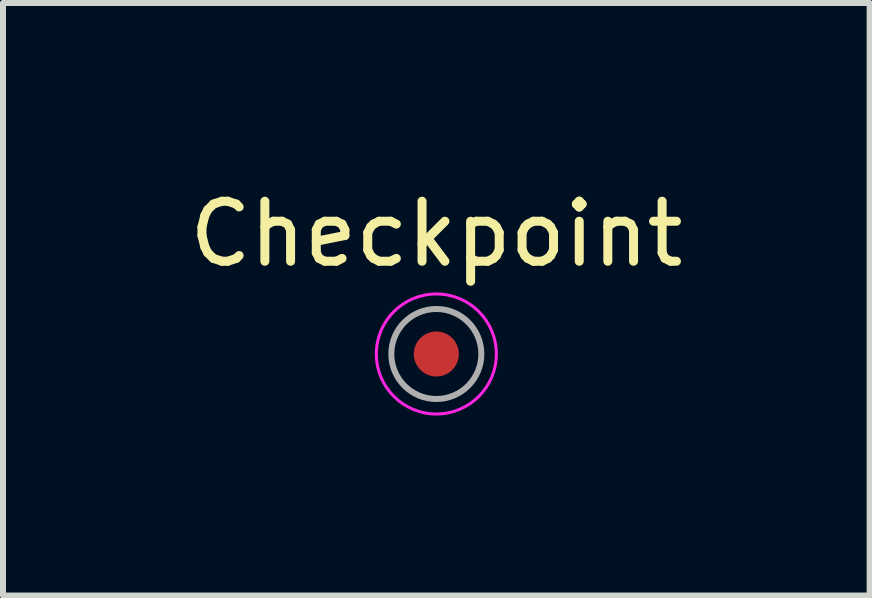
<source format=kicad_pcb>
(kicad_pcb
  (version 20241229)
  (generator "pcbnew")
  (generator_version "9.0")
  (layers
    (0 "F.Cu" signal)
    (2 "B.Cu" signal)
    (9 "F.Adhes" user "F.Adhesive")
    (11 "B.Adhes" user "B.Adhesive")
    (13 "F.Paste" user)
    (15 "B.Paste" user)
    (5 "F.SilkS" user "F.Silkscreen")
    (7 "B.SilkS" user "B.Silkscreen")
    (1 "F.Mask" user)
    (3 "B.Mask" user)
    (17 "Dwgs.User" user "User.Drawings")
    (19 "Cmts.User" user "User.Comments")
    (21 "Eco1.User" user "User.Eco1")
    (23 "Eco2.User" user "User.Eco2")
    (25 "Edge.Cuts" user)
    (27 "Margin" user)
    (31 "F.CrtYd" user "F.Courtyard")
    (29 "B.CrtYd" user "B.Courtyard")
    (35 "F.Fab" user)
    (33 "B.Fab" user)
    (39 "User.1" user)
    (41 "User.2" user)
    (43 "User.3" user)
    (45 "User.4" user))
  (footprint "Checkpoint"
    (layer "F.Cu")
    (at 4.22 2.848)
    (property "Reference" "Checkpoint" (at 0 -2 0) (layer "F.SilkS") (effects (font (size 1 1) (thickness 0.15))))
    (attr exclude_from_pos_files exclude_from_bom)
    (fp_circle (center 0 0) (end 1 0) (stroke (width 0.05) (type solid)) (fill no) (layer "F.CrtYd"))
    (fp_circle (center 0 0) (end 0.75 0) (stroke (width 0.1) (type solid)) (fill no) (layer "F.Fab"))
    (pad "1" smd circle (at 0 0) (size 0.75 0.75) (layers "F.Cu" "F.Mask")))
  (gr_rect
    (start -3 -3)
    (end 11.44 6.873)
    (stroke (width 0.1) (type default))
    (fill no)
    (layer "Edge.Cuts")))
</source>
